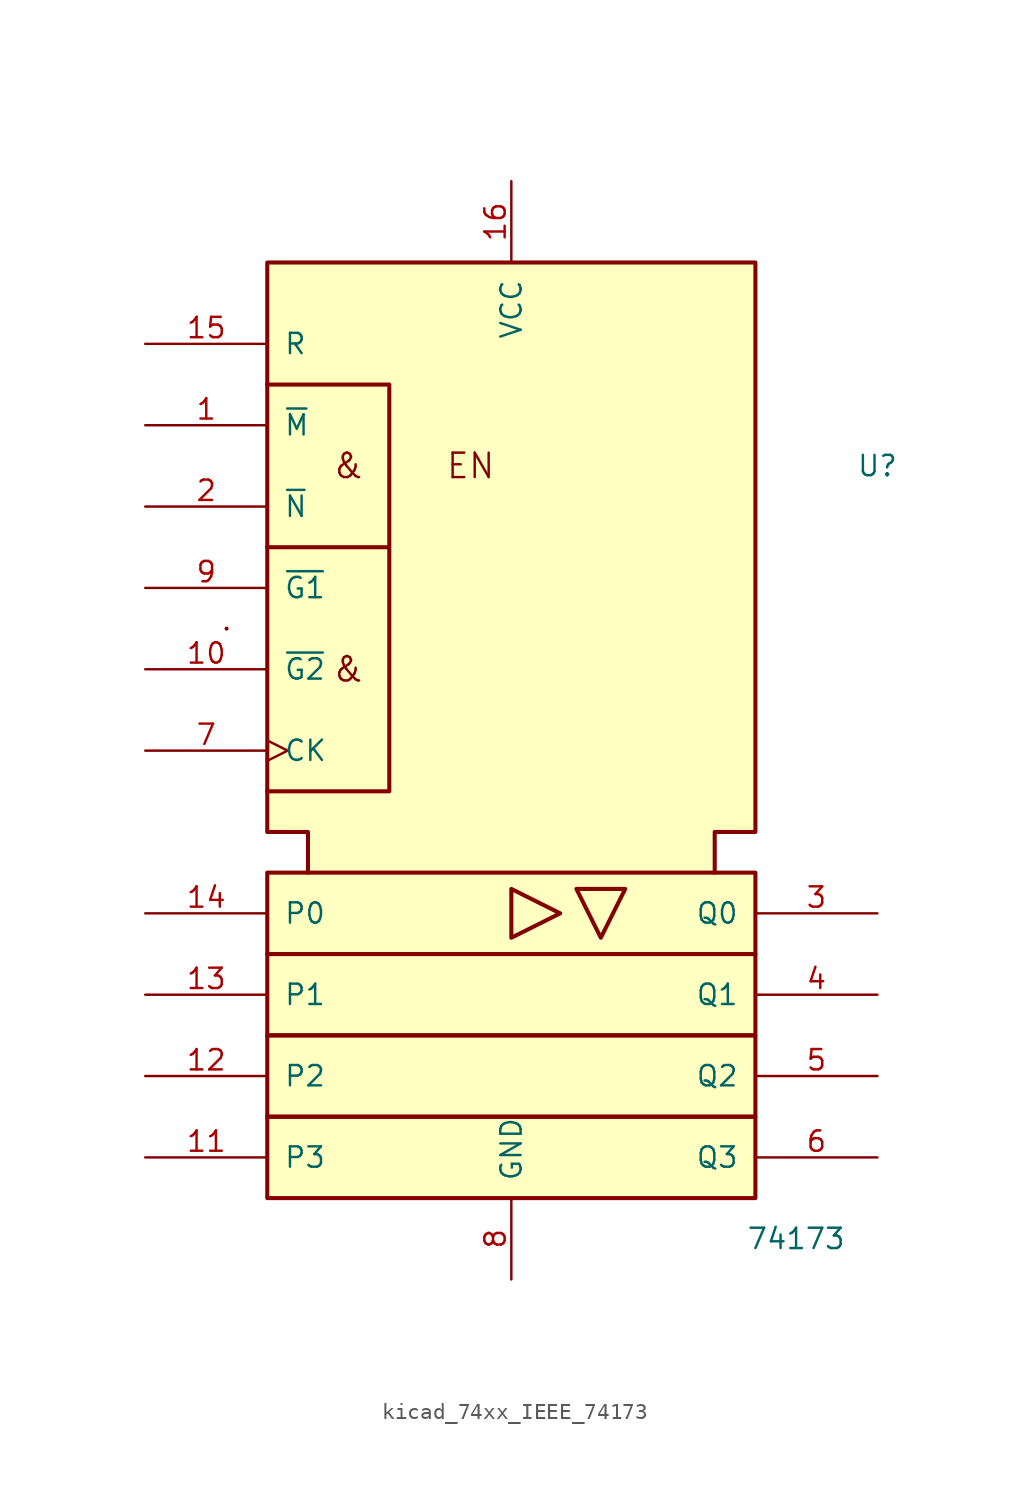
<source format=kicad_sym>
(kicad_symbol_lib
  (version 20220914)
  (generator kicad_symbol_editor)
  (symbol "kicad_74xx_IEEE_74173"
    (pin_names
      (offset 1.016))
    (property "Reference" "U"
      (at 22.86 15.24 0)
      (effects (font (size 1.27 1.27))))
    (property "Value" "74173"
      (at 17.78 -33.02 0)
      (effects (font (size 1.27 1.27))))
    (symbol "kicad_74xx_IEEE_74173_0_0"
      (polyline (pts (xy -17.78 5.08) (xy -17.78 5.08)) (stroke (width 0.254) (type default)) (fill (type background)))
      (polyline (pts (xy 0 -11.176) (xy 0 -14.224) (xy 3.048 -12.7) (xy 0 -11.176) (xy 0 -11.176)) (stroke (width 0.254) (type default)) (fill (type background)))
      (polyline (pts (xy 7.112 -11.176) (xy 4.064 -11.176) (xy 5.588 -14.224) (xy 7.112 -11.176) (xy 7.112 -11.176)) (stroke (width 0.254) (type default)) (fill (type background)))
      (polyline (pts (xy -15.24 20.32) (xy -7.62 20.32) (xy -7.62 10.16) (xy -15.24 10.16) (xy -7.62 10.16) (xy -7.62 -5.08) (xy -15.24 -5.08) (xy -15.24 -5.08)) (stroke (width 0.254) (type default)) (fill (type background)))
      (text "&" (at -10.16 2.54 0) (effects (font (size 1.524 1.524))))
      (text "&" (at -10.16 15.24 0) (effects (font (size 1.524 1.524))))
      (text "EN" (at -2.54 15.24 0) (effects (font (size 1.524 1.524))))
      (pin power_in line (at 0 33.02 270) (length 5.08) (name "VCC" (effects (font (size 1.27 1.27)))) (number "16" (effects (font (size 1.27 1.27)))))
      (pin power_in line (at 0 -35.56 90) (length 5.08) (name "GND" (effects (font (size 1.27 1.27)))) (number "8" (effects (font (size 1.27 1.27))))))
    (symbol "kicad_74xx_IEEE_74173_0_1"
      (rectangle (start -15.24 -25.4) (end 15.24 -30.48) (stroke (width 0.254) (type default)) (fill (type background)))
      (rectangle (start -15.24 -20.32) (end 15.24 -25.4) (stroke (width 0.254) (type default)) (fill (type background)))
      (rectangle (start -15.24 -15.24) (end 15.24 -20.32) (stroke (width 0.254) (type default)) (fill (type background)))
      (rectangle (start -15.24 -10.16) (end 15.24 -15.24) (stroke (width 0.254) (type default)) (fill (type background)))
      (polyline (pts (xy -12.7 -10.16) (xy -12.7 -7.62) (xy -15.24 -7.62) (xy -15.24 27.94) (xy 15.24 27.94) (xy 15.24 -7.62) (xy 12.7 -7.62) (xy 12.7 -10.16) (xy 12.7 -10.16)) (stroke (width 0.254) (type default)) (fill (type background))))
    (symbol "kicad_74xx_IEEE_74173_1_1"
      (pin input line (at -22.86 17.78 0) (length 7.62) (name "~{M}" (effects (font (size 1.27 1.27)))) (number "1" (effects (font (size 1.27 1.27)))))
      (pin input line (at -22.86 2.54 0) (length 7.62) (name "~{G2}" (effects (font (size 1.27 1.27)))) (number "10" (effects (font (size 1.27 1.27)))))
      (pin input line (at -22.86 -27.94 0) (length 7.62) (name "P3" (effects (font (size 1.27 1.27)))) (number "11" (effects (font (size 1.27 1.27)))))
      (pin input line (at -22.86 -22.86 0) (length 7.62) (name "P2" (effects (font (size 1.27 1.27)))) (number "12" (effects (font (size 1.27 1.27)))))
      (pin input line (at -22.86 -17.78 0) (length 7.62) (name "P1" (effects (font (size 1.27 1.27)))) (number "13" (effects (font (size 1.27 1.27)))))
      (pin input line (at -22.86 -12.7 0) (length 7.62) (name "P0" (effects (font (size 1.27 1.27)))) (number "14" (effects (font (size 1.27 1.27)))))
      (pin input line (at -22.86 22.86 0) (length 7.62) (name "R" (effects (font (size 1.27 1.27)))) (number "15" (effects (font (size 1.27 1.27)))))
      (pin input line (at -22.86 12.7 0) (length 7.62) (name "~{N}" (effects (font (size 1.27 1.27)))) (number "2" (effects (font (size 1.27 1.27)))))
      (pin output line (at 22.86 -12.7 180) (length 7.62) (name "Q0" (effects (font (size 1.27 1.27)))) (number "3" (effects (font (size 1.27 1.27)))))
      (pin output line (at 22.86 -17.78 180) (length 7.62) (name "Q1" (effects (font (size 1.27 1.27)))) (number "4" (effects (font (size 1.27 1.27)))))
      (pin output line (at 22.86 -22.86 180) (length 7.62) (name "Q2" (effects (font (size 1.27 1.27)))) (number "5" (effects (font (size 1.27 1.27)))))
      (pin output line (at 22.86 -27.94 180) (length 7.62) (name "Q3" (effects (font (size 1.27 1.27)))) (number "6" (effects (font (size 1.27 1.27)))))
      (pin input clock (at -22.86 -2.54 0) (length 7.62) (name "CK" (effects (font (size 1.27 1.27)))) (number "7" (effects (font (size 1.27 1.27)))))
      (pin input line (at -22.86 7.62 0) (length 7.62) (name "~{G1}" (effects (font (size 1.27 1.27)))) (number "9" (effects (font (size 1.27 1.27))))))))
</source>
